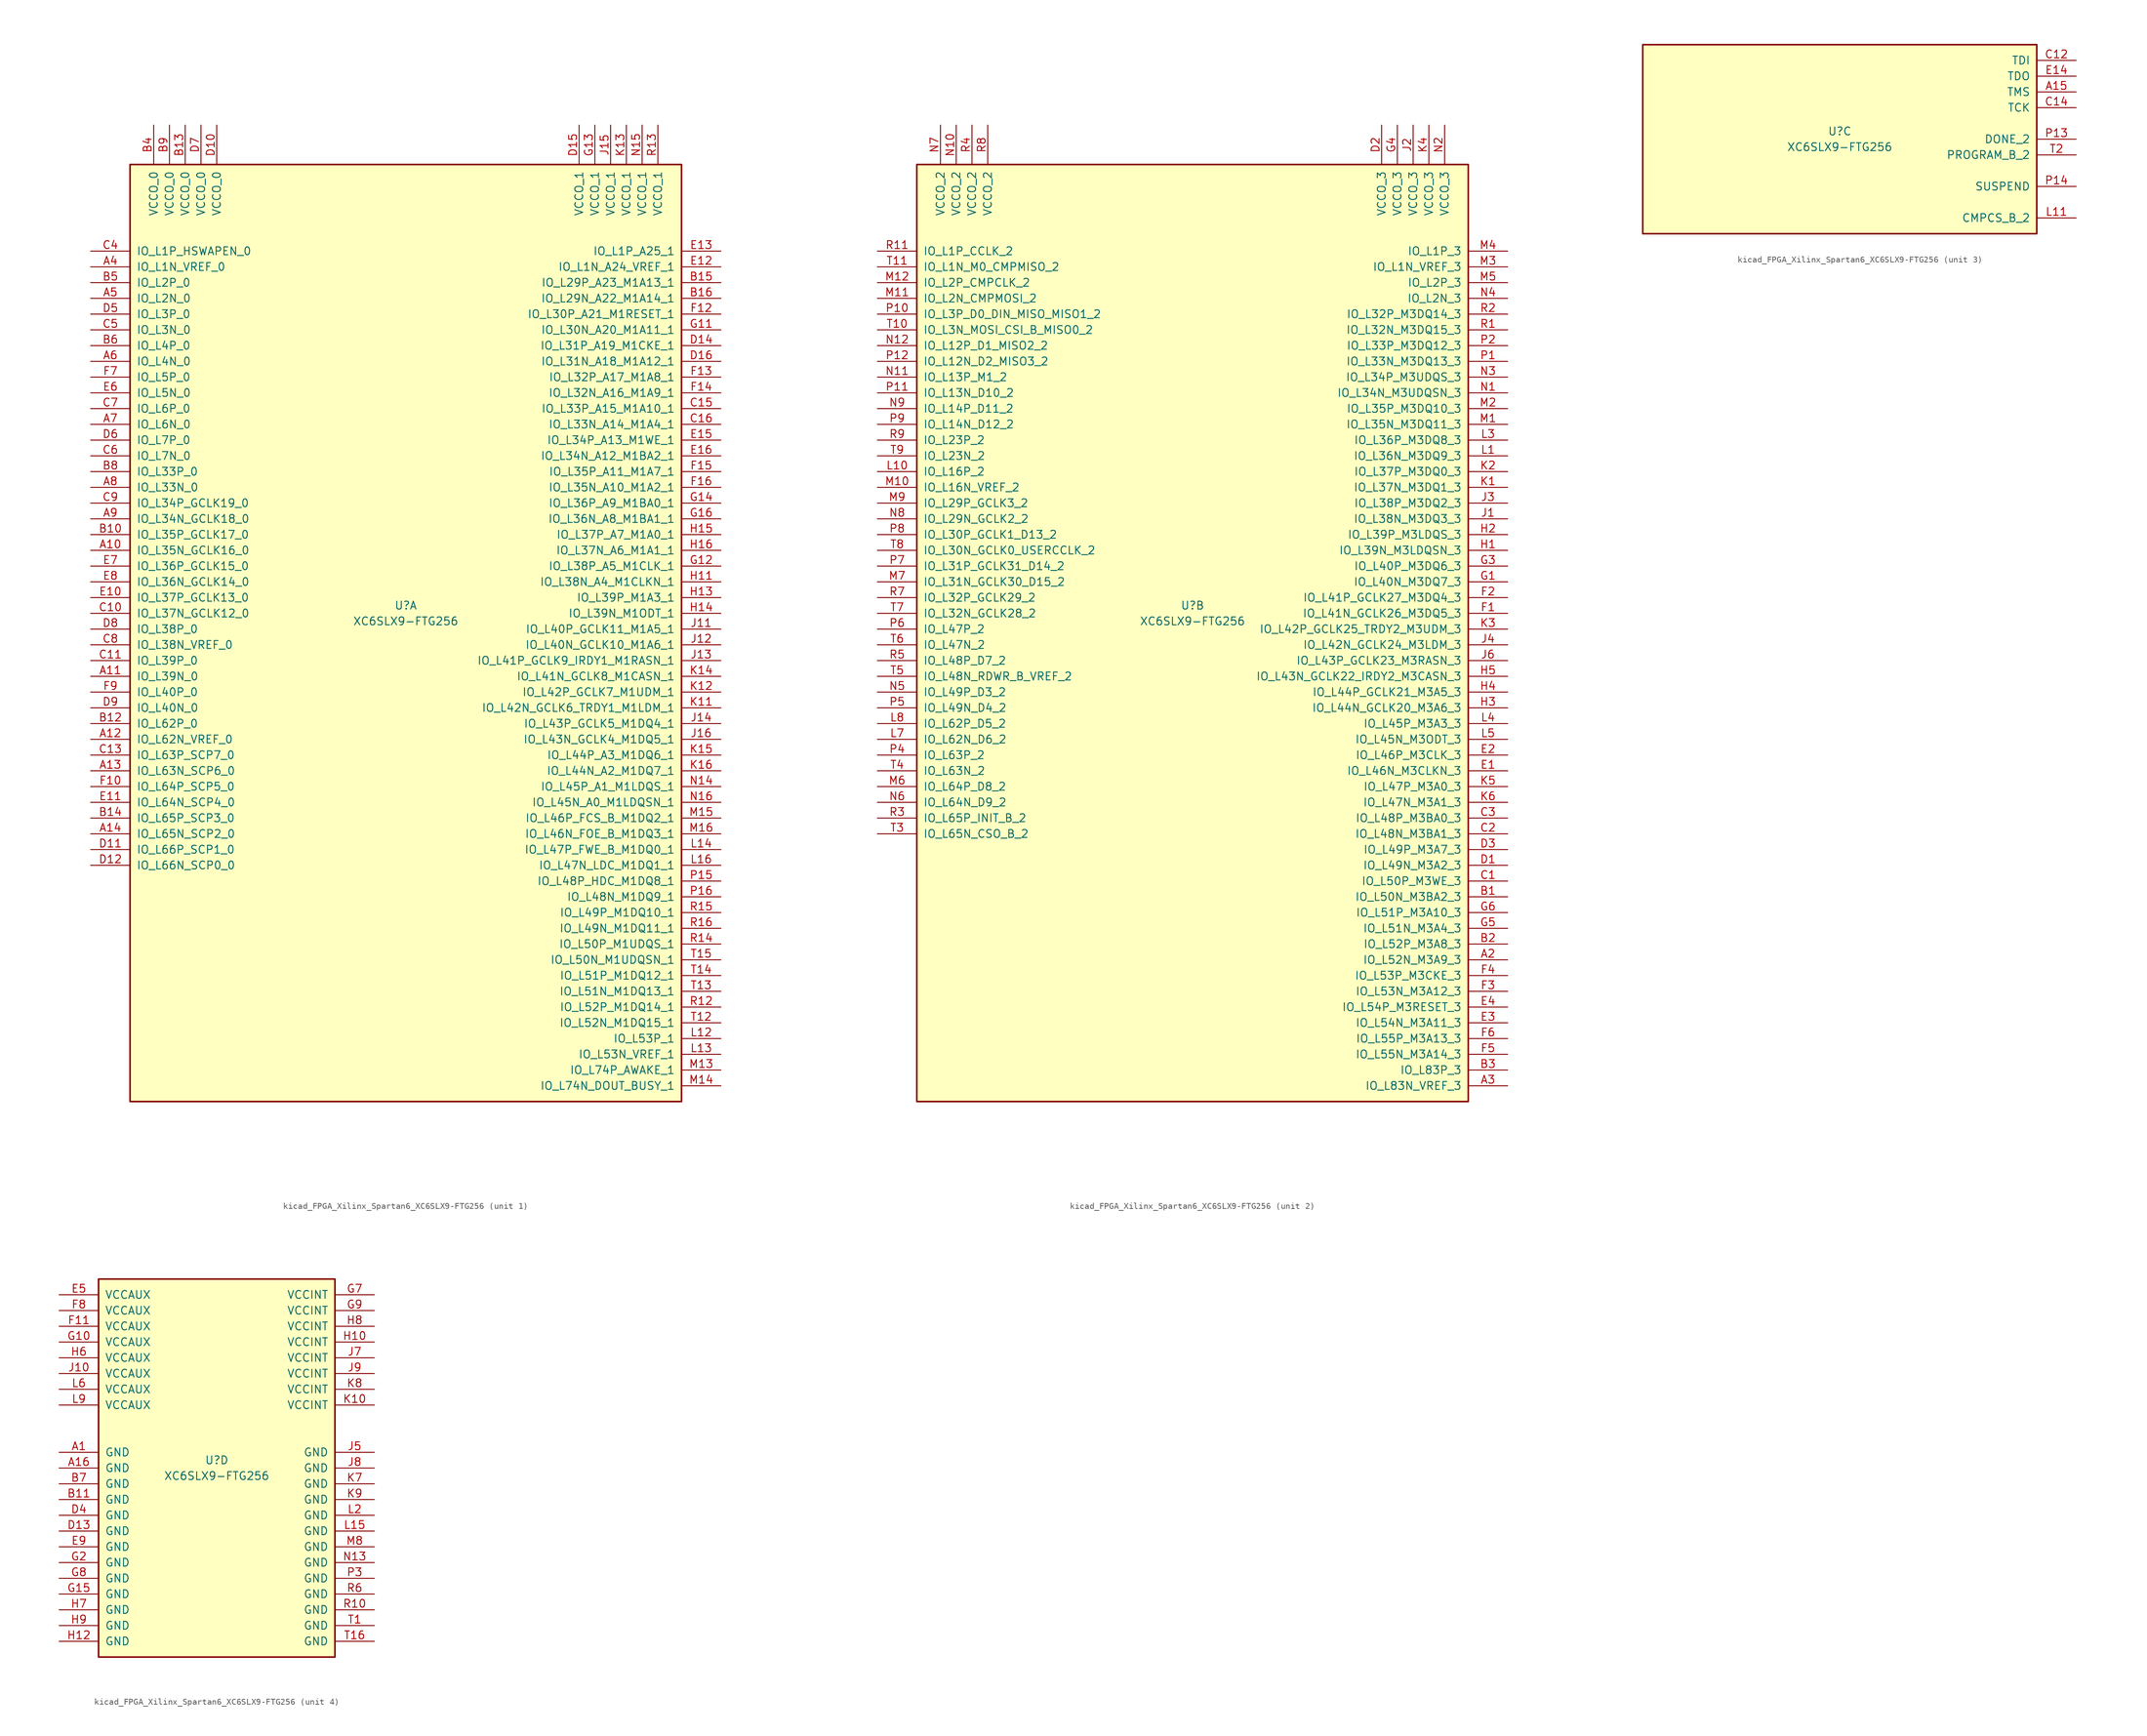
<source format=kicad_sym>
(kicad_symbol_lib
  (version 20220914)
  (generator kicad_symbol_editor)
  (symbol "kicad_FPGA_Xilinx_Spartan6_XC6SLX9-FTG256"
    (pin_names
      (offset 1.016))
    (property "Reference" "U"
      (at 0 1.27 0)
      (effects (font (size 1.27 1.27))))
    (property "Value" "XC6SLX9-FTG256"
      (at 0 -1.27 0)
      (effects (font (size 1.27 1.27))))
    (property "Datasheet" ""
      (at 0 0 0)
      (effects (font (size 1.27 1.27))))
    (property "ki_locked" ""
      (at 0 0 0)
      (effects (font (size 1.27 1.27))))
    (symbol "kicad_FPGA_Xilinx_Spartan6_XC6SLX9-FTG256_1_1"
      (rectangle (start -44.45 72.39) (end 44.45 -78.74) (stroke (width 0.254) (type default)) (fill (type background)))
      (pin bidirectional line (at -50.8 10.16 0) (length 6.35) (name "IO_L35N_GCLK16_0" (effects (font (size 1.27 1.27)))) (number "A10" (effects (font (size 1.27 1.27)))))
      (pin bidirectional line (at -50.8 -10.16 0) (length 6.35) (name "IO_L39N_0" (effects (font (size 1.27 1.27)))) (number "A11" (effects (font (size 1.27 1.27)))))
      (pin bidirectional line (at -50.8 -20.32 0) (length 6.35) (name "IO_L62N_VREF_0" (effects (font (size 1.27 1.27)))) (number "A12" (effects (font (size 1.27 1.27)))))
      (pin bidirectional line (at -50.8 -25.4 0) (length 6.35) (name "IO_L63N_SCP6_0" (effects (font (size 1.27 1.27)))) (number "A13" (effects (font (size 1.27 1.27)))))
      (pin bidirectional line (at -50.8 -35.56 0) (length 6.35) (name "IO_L65N_SCP2_0" (effects (font (size 1.27 1.27)))) (number "A14" (effects (font (size 1.27 1.27)))))
      (pin bidirectional line (at -50.8 55.88 0) (length 6.35) (name "IO_L1N_VREF_0" (effects (font (size 1.27 1.27)))) (number "A4" (effects (font (size 1.27 1.27)))))
      (pin bidirectional line (at -50.8 50.8 0) (length 6.35) (name "IO_L2N_0" (effects (font (size 1.27 1.27)))) (number "A5" (effects (font (size 1.27 1.27)))))
      (pin bidirectional line (at -50.8 40.64 0) (length 6.35) (name "IO_L4N_0" (effects (font (size 1.27 1.27)))) (number "A6" (effects (font (size 1.27 1.27)))))
      (pin bidirectional line (at -50.8 30.48 0) (length 6.35) (name "IO_L6N_0" (effects (font (size 1.27 1.27)))) (number "A7" (effects (font (size 1.27 1.27)))))
      (pin bidirectional line (at -50.8 20.32 0) (length 6.35) (name "IO_L33N_0" (effects (font (size 1.27 1.27)))) (number "A8" (effects (font (size 1.27 1.27)))))
      (pin bidirectional line (at -50.8 15.24 0) (length 6.35) (name "IO_L34N_GCLK18_0" (effects (font (size 1.27 1.27)))) (number "A9" (effects (font (size 1.27 1.27)))))
      (pin bidirectional line (at -50.8 12.7 0) (length 6.35) (name "IO_L35P_GCLK17_0" (effects (font (size 1.27 1.27)))) (number "B10" (effects (font (size 1.27 1.27)))))
      (pin bidirectional line (at -50.8 -17.78 0) (length 6.35) (name "IO_L62P_0" (effects (font (size 1.27 1.27)))) (number "B12" (effects (font (size 1.27 1.27)))))
      (pin power_in line (at -35.56 78.74 270) (length 6.35) (name "VCCO_0" (effects (font (size 1.27 1.27)))) (number "B13" (effects (font (size 1.27 1.27)))))
      (pin bidirectional line (at -50.8 -33.02 0) (length 6.35) (name "IO_L65P_SCP3_0" (effects (font (size 1.27 1.27)))) (number "B14" (effects (font (size 1.27 1.27)))))
      (pin bidirectional line (at 50.8 53.34 180) (length 6.35) (name "IO_L29P_A23_M1A13_1" (effects (font (size 1.27 1.27)))) (number "B15" (effects (font (size 1.27 1.27)))))
      (pin bidirectional line (at 50.8 50.8 180) (length 6.35) (name "IO_L29N_A22_M1A14_1" (effects (font (size 1.27 1.27)))) (number "B16" (effects (font (size 1.27 1.27)))))
      (pin power_in line (at -40.64 78.74 270) (length 6.35) (name "VCCO_0" (effects (font (size 1.27 1.27)))) (number "B4" (effects (font (size 1.27 1.27)))))
      (pin bidirectional line (at -50.8 53.34 0) (length 6.35) (name "IO_L2P_0" (effects (font (size 1.27 1.27)))) (number "B5" (effects (font (size 1.27 1.27)))))
      (pin bidirectional line (at -50.8 43.18 0) (length 6.35) (name "IO_L4P_0" (effects (font (size 1.27 1.27)))) (number "B6" (effects (font (size 1.27 1.27)))))
      (pin bidirectional line (at -50.8 22.86 0) (length 6.35) (name "IO_L33P_0" (effects (font (size 1.27 1.27)))) (number "B8" (effects (font (size 1.27 1.27)))))
      (pin power_in line (at -38.1 78.74 270) (length 6.35) (name "VCCO_0" (effects (font (size 1.27 1.27)))) (number "B9" (effects (font (size 1.27 1.27)))))
      (pin bidirectional line (at -50.8 0 0) (length 6.35) (name "IO_L37N_GCLK12_0" (effects (font (size 1.27 1.27)))) (number "C10" (effects (font (size 1.27 1.27)))))
      (pin bidirectional line (at -50.8 -7.62 0) (length 6.35) (name "IO_L39P_0" (effects (font (size 1.27 1.27)))) (number "C11" (effects (font (size 1.27 1.27)))))
      (pin bidirectional line (at -50.8 -22.86 0) (length 6.35) (name "IO_L63P_SCP7_0" (effects (font (size 1.27 1.27)))) (number "C13" (effects (font (size 1.27 1.27)))))
      (pin bidirectional line (at 50.8 33.02 180) (length 6.35) (name "IO_L33P_A15_M1A10_1" (effects (font (size 1.27 1.27)))) (number "C15" (effects (font (size 1.27 1.27)))))
      (pin bidirectional line (at 50.8 30.48 180) (length 6.35) (name "IO_L33N_A14_M1A4_1" (effects (font (size 1.27 1.27)))) (number "C16" (effects (font (size 1.27 1.27)))))
      (pin bidirectional line (at -50.8 58.42 0) (length 6.35) (name "IO_L1P_HSWAPEN_0" (effects (font (size 1.27 1.27)))) (number "C4" (effects (font (size 1.27 1.27)))))
      (pin bidirectional line (at -50.8 45.72 0) (length 6.35) (name "IO_L3N_0" (effects (font (size 1.27 1.27)))) (number "C5" (effects (font (size 1.27 1.27)))))
      (pin bidirectional line (at -50.8 25.4 0) (length 6.35) (name "IO_L7N_0" (effects (font (size 1.27 1.27)))) (number "C6" (effects (font (size 1.27 1.27)))))
      (pin bidirectional line (at -50.8 33.02 0) (length 6.35) (name "IO_L6P_0" (effects (font (size 1.27 1.27)))) (number "C7" (effects (font (size 1.27 1.27)))))
      (pin bidirectional line (at -50.8 -5.08 0) (length 6.35) (name "IO_L38N_VREF_0" (effects (font (size 1.27 1.27)))) (number "C8" (effects (font (size 1.27 1.27)))))
      (pin bidirectional line (at -50.8 17.78 0) (length 6.35) (name "IO_L34P_GCLK19_0" (effects (font (size 1.27 1.27)))) (number "C9" (effects (font (size 1.27 1.27)))))
      (pin power_in line (at -30.48 78.74 270) (length 6.35) (name "VCCO_0" (effects (font (size 1.27 1.27)))) (number "D10" (effects (font (size 1.27 1.27)))))
      (pin bidirectional line (at -50.8 -38.1 0) (length 6.35) (name "IO_L66P_SCP1_0" (effects (font (size 1.27 1.27)))) (number "D11" (effects (font (size 1.27 1.27)))))
      (pin bidirectional line (at -50.8 -40.64 0) (length 6.35) (name "IO_L66N_SCP0_0" (effects (font (size 1.27 1.27)))) (number "D12" (effects (font (size 1.27 1.27)))))
      (pin bidirectional line (at 50.8 43.18 180) (length 6.35) (name "IO_L31P_A19_M1CKE_1" (effects (font (size 1.27 1.27)))) (number "D14" (effects (font (size 1.27 1.27)))))
      (pin power_in line (at 27.94 78.74 270) (length 6.35) (name "VCCO_1" (effects (font (size 1.27 1.27)))) (number "D15" (effects (font (size 1.27 1.27)))))
      (pin bidirectional line (at 50.8 40.64 180) (length 6.35) (name "IO_L31N_A18_M1A12_1" (effects (font (size 1.27 1.27)))) (number "D16" (effects (font (size 1.27 1.27)))))
      (pin bidirectional line (at -50.8 48.26 0) (length 6.35) (name "IO_L3P_0" (effects (font (size 1.27 1.27)))) (number "D5" (effects (font (size 1.27 1.27)))))
      (pin bidirectional line (at -50.8 27.94 0) (length 6.35) (name "IO_L7P_0" (effects (font (size 1.27 1.27)))) (number "D6" (effects (font (size 1.27 1.27)))))
      (pin power_in line (at -33.02 78.74 270) (length 6.35) (name "VCCO_0" (effects (font (size 1.27 1.27)))) (number "D7" (effects (font (size 1.27 1.27)))))
      (pin bidirectional line (at -50.8 -2.54 0) (length 6.35) (name "IO_L38P_0" (effects (font (size 1.27 1.27)))) (number "D8" (effects (font (size 1.27 1.27)))))
      (pin bidirectional line (at -50.8 -15.24 0) (length 6.35) (name "IO_L40N_0" (effects (font (size 1.27 1.27)))) (number "D9" (effects (font (size 1.27 1.27)))))
      (pin bidirectional line (at -50.8 2.54 0) (length 6.35) (name "IO_L37P_GCLK13_0" (effects (font (size 1.27 1.27)))) (number "E10" (effects (font (size 1.27 1.27)))))
      (pin bidirectional line (at -50.8 -30.48 0) (length 6.35) (name "IO_L64N_SCP4_0" (effects (font (size 1.27 1.27)))) (number "E11" (effects (font (size 1.27 1.27)))))
      (pin bidirectional line (at 50.8 55.88 180) (length 6.35) (name "IO_L1N_A24_VREF_1" (effects (font (size 1.27 1.27)))) (number "E12" (effects (font (size 1.27 1.27)))))
      (pin bidirectional line (at 50.8 58.42 180) (length 6.35) (name "IO_L1P_A25_1" (effects (font (size 1.27 1.27)))) (number "E13" (effects (font (size 1.27 1.27)))))
      (pin bidirectional line (at 50.8 27.94 180) (length 6.35) (name "IO_L34P_A13_M1WE_1" (effects (font (size 1.27 1.27)))) (number "E15" (effects (font (size 1.27 1.27)))))
      (pin bidirectional line (at 50.8 25.4 180) (length 6.35) (name "IO_L34N_A12_M1BA2_1" (effects (font (size 1.27 1.27)))) (number "E16" (effects (font (size 1.27 1.27)))))
      (pin bidirectional line (at -50.8 35.56 0) (length 6.35) (name "IO_L5N_0" (effects (font (size 1.27 1.27)))) (number "E6" (effects (font (size 1.27 1.27)))))
      (pin bidirectional line (at -50.8 7.62 0) (length 6.35) (name "IO_L36P_GCLK15_0" (effects (font (size 1.27 1.27)))) (number "E7" (effects (font (size 1.27 1.27)))))
      (pin bidirectional line (at -50.8 5.08 0) (length 6.35) (name "IO_L36N_GCLK14_0" (effects (font (size 1.27 1.27)))) (number "E8" (effects (font (size 1.27 1.27)))))
      (pin bidirectional line (at -50.8 -27.94 0) (length 6.35) (name "IO_L64P_SCP5_0" (effects (font (size 1.27 1.27)))) (number "F10" (effects (font (size 1.27 1.27)))))
      (pin bidirectional line (at 50.8 48.26 180) (length 6.35) (name "IO_L30P_A21_M1RESET_1" (effects (font (size 1.27 1.27)))) (number "F12" (effects (font (size 1.27 1.27)))))
      (pin bidirectional line (at 50.8 38.1 180) (length 6.35) (name "IO_L32P_A17_M1A8_1" (effects (font (size 1.27 1.27)))) (number "F13" (effects (font (size 1.27 1.27)))))
      (pin bidirectional line (at 50.8 35.56 180) (length 6.35) (name "IO_L32N_A16_M1A9_1" (effects (font (size 1.27 1.27)))) (number "F14" (effects (font (size 1.27 1.27)))))
      (pin bidirectional line (at 50.8 22.86 180) (length 6.35) (name "IO_L35P_A11_M1A7_1" (effects (font (size 1.27 1.27)))) (number "F15" (effects (font (size 1.27 1.27)))))
      (pin bidirectional line (at 50.8 20.32 180) (length 6.35) (name "IO_L35N_A10_M1A2_1" (effects (font (size 1.27 1.27)))) (number "F16" (effects (font (size 1.27 1.27)))))
      (pin bidirectional line (at -50.8 38.1 0) (length 6.35) (name "IO_L5P_0" (effects (font (size 1.27 1.27)))) (number "F7" (effects (font (size 1.27 1.27)))))
      (pin bidirectional line (at -50.8 -12.7 0) (length 6.35) (name "IO_L40P_0" (effects (font (size 1.27 1.27)))) (number "F9" (effects (font (size 1.27 1.27)))))
      (pin bidirectional line (at 50.8 45.72 180) (length 6.35) (name "IO_L30N_A20_M1A11_1" (effects (font (size 1.27 1.27)))) (number "G11" (effects (font (size 1.27 1.27)))))
      (pin bidirectional line (at 50.8 7.62 180) (length 6.35) (name "IO_L38P_A5_M1CLK_1" (effects (font (size 1.27 1.27)))) (number "G12" (effects (font (size 1.27 1.27)))))
      (pin power_in line (at 30.48 78.74 270) (length 6.35) (name "VCCO_1" (effects (font (size 1.27 1.27)))) (number "G13" (effects (font (size 1.27 1.27)))))
      (pin bidirectional line (at 50.8 17.78 180) (length 6.35) (name "IO_L36P_A9_M1BA0_1" (effects (font (size 1.27 1.27)))) (number "G14" (effects (font (size 1.27 1.27)))))
      (pin bidirectional line (at 50.8 15.24 180) (length 6.35) (name "IO_L36N_A8_M1BA1_1" (effects (font (size 1.27 1.27)))) (number "G16" (effects (font (size 1.27 1.27)))))
      (pin bidirectional line (at 50.8 5.08 180) (length 6.35) (name "IO_L38N_A4_M1CLKN_1" (effects (font (size 1.27 1.27)))) (number "H11" (effects (font (size 1.27 1.27)))))
      (pin bidirectional line (at 50.8 2.54 180) (length 6.35) (name "IO_L39P_M1A3_1" (effects (font (size 1.27 1.27)))) (number "H13" (effects (font (size 1.27 1.27)))))
      (pin bidirectional line (at 50.8 0 180) (length 6.35) (name "IO_L39N_M1ODT_1" (effects (font (size 1.27 1.27)))) (number "H14" (effects (font (size 1.27 1.27)))))
      (pin bidirectional line (at 50.8 12.7 180) (length 6.35) (name "IO_L37P_A7_M1A0_1" (effects (font (size 1.27 1.27)))) (number "H15" (effects (font (size 1.27 1.27)))))
      (pin bidirectional line (at 50.8 10.16 180) (length 6.35) (name "IO_L37N_A6_M1A1_1" (effects (font (size 1.27 1.27)))) (number "H16" (effects (font (size 1.27 1.27)))))
      (pin bidirectional line (at 50.8 -2.54 180) (length 6.35) (name "IO_L40P_GCLK11_M1A5_1" (effects (font (size 1.27 1.27)))) (number "J11" (effects (font (size 1.27 1.27)))))
      (pin bidirectional line (at 50.8 -5.08 180) (length 6.35) (name "IO_L40N_GCLK10_M1A6_1" (effects (font (size 1.27 1.27)))) (number "J12" (effects (font (size 1.27 1.27)))))
      (pin bidirectional line (at 50.8 -7.62 180) (length 6.35) (name "IO_L41P_GCLK9_IRDY1_M1RASN_1" (effects (font (size 1.27 1.27)))) (number "J13" (effects (font (size 1.27 1.27)))))
      (pin bidirectional line (at 50.8 -17.78 180) (length 6.35) (name "IO_L43P_GCLK5_M1DQ4_1" (effects (font (size 1.27 1.27)))) (number "J14" (effects (font (size 1.27 1.27)))))
      (pin power_in line (at 33.02 78.74 270) (length 6.35) (name "VCCO_1" (effects (font (size 1.27 1.27)))) (number "J15" (effects (font (size 1.27 1.27)))))
      (pin bidirectional line (at 50.8 -20.32 180) (length 6.35) (name "IO_L43N_GCLK4_M1DQ5_1" (effects (font (size 1.27 1.27)))) (number "J16" (effects (font (size 1.27 1.27)))))
      (pin bidirectional line (at 50.8 -15.24 180) (length 6.35) (name "IO_L42N_GCLK6_TRDY1_M1LDM_1" (effects (font (size 1.27 1.27)))) (number "K11" (effects (font (size 1.27 1.27)))))
      (pin bidirectional line (at 50.8 -12.7 180) (length 6.35) (name "IO_L42P_GCLK7_M1UDM_1" (effects (font (size 1.27 1.27)))) (number "K12" (effects (font (size 1.27 1.27)))))
      (pin power_in line (at 35.56 78.74 270) (length 6.35) (name "VCCO_1" (effects (font (size 1.27 1.27)))) (number "K13" (effects (font (size 1.27 1.27)))))
      (pin bidirectional line (at 50.8 -10.16 180) (length 6.35) (name "IO_L41N_GCLK8_M1CASN_1" (effects (font (size 1.27 1.27)))) (number "K14" (effects (font (size 1.27 1.27)))))
      (pin bidirectional line (at 50.8 -22.86 180) (length 6.35) (name "IO_L44P_A3_M1DQ6_1" (effects (font (size 1.27 1.27)))) (number "K15" (effects (font (size 1.27 1.27)))))
      (pin bidirectional line (at 50.8 -25.4 180) (length 6.35) (name "IO_L44N_A2_M1DQ7_1" (effects (font (size 1.27 1.27)))) (number "K16" (effects (font (size 1.27 1.27)))))
      (pin bidirectional line (at 50.8 -68.58 180) (length 6.35) (name "IO_L53P_1" (effects (font (size 1.27 1.27)))) (number "L12" (effects (font (size 1.27 1.27)))))
      (pin bidirectional line (at 50.8 -71.12 180) (length 6.35) (name "IO_L53N_VREF_1" (effects (font (size 1.27 1.27)))) (number "L13" (effects (font (size 1.27 1.27)))))
      (pin bidirectional line (at 50.8 -38.1 180) (length 6.35) (name "IO_L47P_FWE_B_M1DQ0_1" (effects (font (size 1.27 1.27)))) (number "L14" (effects (font (size 1.27 1.27)))))
      (pin bidirectional line (at 50.8 -40.64 180) (length 6.35) (name "IO_L47N_LDC_M1DQ1_1" (effects (font (size 1.27 1.27)))) (number "L16" (effects (font (size 1.27 1.27)))))
      (pin bidirectional line (at 50.8 -73.66 180) (length 6.35) (name "IO_L74P_AWAKE_1" (effects (font (size 1.27 1.27)))) (number "M13" (effects (font (size 1.27 1.27)))))
      (pin bidirectional line (at 50.8 -76.2 180) (length 6.35) (name "IO_L74N_DOUT_BUSY_1" (effects (font (size 1.27 1.27)))) (number "M14" (effects (font (size 1.27 1.27)))))
      (pin bidirectional line (at 50.8 -33.02 180) (length 6.35) (name "IO_L46P_FCS_B_M1DQ2_1" (effects (font (size 1.27 1.27)))) (number "M15" (effects (font (size 1.27 1.27)))))
      (pin bidirectional line (at 50.8 -35.56 180) (length 6.35) (name "IO_L46N_FOE_B_M1DQ3_1" (effects (font (size 1.27 1.27)))) (number "M16" (effects (font (size 1.27 1.27)))))
      (pin bidirectional line (at 50.8 -27.94 180) (length 6.35) (name "IO_L45P_A1_M1LDQS_1" (effects (font (size 1.27 1.27)))) (number "N14" (effects (font (size 1.27 1.27)))))
      (pin power_in line (at 38.1 78.74 270) (length 6.35) (name "VCCO_1" (effects (font (size 1.27 1.27)))) (number "N15" (effects (font (size 1.27 1.27)))))
      (pin bidirectional line (at 50.8 -30.48 180) (length 6.35) (name "IO_L45N_A0_M1LDQSN_1" (effects (font (size 1.27 1.27)))) (number "N16" (effects (font (size 1.27 1.27)))))
      (pin bidirectional line (at 50.8 -43.18 180) (length 6.35) (name "IO_L48P_HDC_M1DQ8_1" (effects (font (size 1.27 1.27)))) (number "P15" (effects (font (size 1.27 1.27)))))
      (pin bidirectional line (at 50.8 -45.72 180) (length 6.35) (name "IO_L48N_M1DQ9_1" (effects (font (size 1.27 1.27)))) (number "P16" (effects (font (size 1.27 1.27)))))
      (pin bidirectional line (at 50.8 -63.5 180) (length 6.35) (name "IO_L52P_M1DQ14_1" (effects (font (size 1.27 1.27)))) (number "R12" (effects (font (size 1.27 1.27)))))
      (pin power_in line (at 40.64 78.74 270) (length 6.35) (name "VCCO_1" (effects (font (size 1.27 1.27)))) (number "R13" (effects (font (size 1.27 1.27)))))
      (pin bidirectional line (at 50.8 -53.34 180) (length 6.35) (name "IO_L50P_M1UDQS_1" (effects (font (size 1.27 1.27)))) (number "R14" (effects (font (size 1.27 1.27)))))
      (pin bidirectional line (at 50.8 -48.26 180) (length 6.35) (name "IO_L49P_M1DQ10_1" (effects (font (size 1.27 1.27)))) (number "R15" (effects (font (size 1.27 1.27)))))
      (pin bidirectional line (at 50.8 -50.8 180) (length 6.35) (name "IO_L49N_M1DQ11_1" (effects (font (size 1.27 1.27)))) (number "R16" (effects (font (size 1.27 1.27)))))
      (pin bidirectional line (at 50.8 -66.04 180) (length 6.35) (name "IO_L52N_M1DQ15_1" (effects (font (size 1.27 1.27)))) (number "T12" (effects (font (size 1.27 1.27)))))
      (pin bidirectional line (at 50.8 -60.96 180) (length 6.35) (name "IO_L51N_M1DQ13_1" (effects (font (size 1.27 1.27)))) (number "T13" (effects (font (size 1.27 1.27)))))
      (pin bidirectional line (at 50.8 -58.42 180) (length 6.35) (name "IO_L51P_M1DQ12_1" (effects (font (size 1.27 1.27)))) (number "T14" (effects (font (size 1.27 1.27)))))
      (pin bidirectional line (at 50.8 -55.88 180) (length 6.35) (name "IO_L50N_M1UDQSN_1" (effects (font (size 1.27 1.27)))) (number "T15" (effects (font (size 1.27 1.27))))))
    (symbol "kicad_FPGA_Xilinx_Spartan6_XC6SLX9-FTG256_2_1"
      (rectangle (start -44.45 72.39) (end 44.45 -78.74) (stroke (width 0.254) (type default)) (fill (type background)))
      (pin bidirectional line (at 50.8 -55.88 180) (length 6.35) (name "IO_L52N_M3A9_3" (effects (font (size 1.27 1.27)))) (number "A2" (effects (font (size 1.27 1.27)))))
      (pin bidirectional line (at 50.8 -76.2 180) (length 6.35) (name "IO_L83N_VREF_3" (effects (font (size 1.27 1.27)))) (number "A3" (effects (font (size 1.27 1.27)))))
      (pin bidirectional line (at 50.8 -45.72 180) (length 6.35) (name "IO_L50N_M3BA2_3" (effects (font (size 1.27 1.27)))) (number "B1" (effects (font (size 1.27 1.27)))))
      (pin bidirectional line (at 50.8 -53.34 180) (length 6.35) (name "IO_L52P_M3A8_3" (effects (font (size 1.27 1.27)))) (number "B2" (effects (font (size 1.27 1.27)))))
      (pin bidirectional line (at 50.8 -73.66 180) (length 6.35) (name "IO_L83P_3" (effects (font (size 1.27 1.27)))) (number "B3" (effects (font (size 1.27 1.27)))))
      (pin bidirectional line (at 50.8 -43.18 180) (length 6.35) (name "IO_L50P_M3WE_3" (effects (font (size 1.27 1.27)))) (number "C1" (effects (font (size 1.27 1.27)))))
      (pin bidirectional line (at 50.8 -35.56 180) (length 6.35) (name "IO_L48N_M3BA1_3" (effects (font (size 1.27 1.27)))) (number "C2" (effects (font (size 1.27 1.27)))))
      (pin bidirectional line (at 50.8 -33.02 180) (length 6.35) (name "IO_L48P_M3BA0_3" (effects (font (size 1.27 1.27)))) (number "C3" (effects (font (size 1.27 1.27)))))
      (pin bidirectional line (at 50.8 -40.64 180) (length 6.35) (name "IO_L49N_M3A2_3" (effects (font (size 1.27 1.27)))) (number "D1" (effects (font (size 1.27 1.27)))))
      (pin power_in line (at 30.48 78.74 270) (length 6.35) (name "VCCO_3" (effects (font (size 1.27 1.27)))) (number "D2" (effects (font (size 1.27 1.27)))))
      (pin bidirectional line (at 50.8 -38.1 180) (length 6.35) (name "IO_L49P_M3A7_3" (effects (font (size 1.27 1.27)))) (number "D3" (effects (font (size 1.27 1.27)))))
      (pin bidirectional line (at 50.8 -25.4 180) (length 6.35) (name "IO_L46N_M3CLKN_3" (effects (font (size 1.27 1.27)))) (number "E1" (effects (font (size 1.27 1.27)))))
      (pin bidirectional line (at 50.8 -22.86 180) (length 6.35) (name "IO_L46P_M3CLK_3" (effects (font (size 1.27 1.27)))) (number "E2" (effects (font (size 1.27 1.27)))))
      (pin bidirectional line (at 50.8 -66.04 180) (length 6.35) (name "IO_L54N_M3A11_3" (effects (font (size 1.27 1.27)))) (number "E3" (effects (font (size 1.27 1.27)))))
      (pin bidirectional line (at 50.8 -63.5 180) (length 6.35) (name "IO_L54P_M3RESET_3" (effects (font (size 1.27 1.27)))) (number "E4" (effects (font (size 1.27 1.27)))))
      (pin bidirectional line (at 50.8 0 180) (length 6.35) (name "IO_L41N_GCLK26_M3DQ5_3" (effects (font (size 1.27 1.27)))) (number "F1" (effects (font (size 1.27 1.27)))))
      (pin bidirectional line (at 50.8 2.54 180) (length 6.35) (name "IO_L41P_GCLK27_M3DQ4_3" (effects (font (size 1.27 1.27)))) (number "F2" (effects (font (size 1.27 1.27)))))
      (pin bidirectional line (at 50.8 -60.96 180) (length 6.35) (name "IO_L53N_M3A12_3" (effects (font (size 1.27 1.27)))) (number "F3" (effects (font (size 1.27 1.27)))))
      (pin bidirectional line (at 50.8 -58.42 180) (length 6.35) (name "IO_L53P_M3CKE_3" (effects (font (size 1.27 1.27)))) (number "F4" (effects (font (size 1.27 1.27)))))
      (pin bidirectional line (at 50.8 -71.12 180) (length 6.35) (name "IO_L55N_M3A14_3" (effects (font (size 1.27 1.27)))) (number "F5" (effects (font (size 1.27 1.27)))))
      (pin bidirectional line (at 50.8 -68.58 180) (length 6.35) (name "IO_L55P_M3A13_3" (effects (font (size 1.27 1.27)))) (number "F6" (effects (font (size 1.27 1.27)))))
      (pin bidirectional line (at 50.8 5.08 180) (length 6.35) (name "IO_L40N_M3DQ7_3" (effects (font (size 1.27 1.27)))) (number "G1" (effects (font (size 1.27 1.27)))))
      (pin bidirectional line (at 50.8 7.62 180) (length 6.35) (name "IO_L40P_M3DQ6_3" (effects (font (size 1.27 1.27)))) (number "G3" (effects (font (size 1.27 1.27)))))
      (pin power_in line (at 33.02 78.74 270) (length 6.35) (name "VCCO_3" (effects (font (size 1.27 1.27)))) (number "G4" (effects (font (size 1.27 1.27)))))
      (pin bidirectional line (at 50.8 -50.8 180) (length 6.35) (name "IO_L51N_M3A4_3" (effects (font (size 1.27 1.27)))) (number "G5" (effects (font (size 1.27 1.27)))))
      (pin bidirectional line (at 50.8 -48.26 180) (length 6.35) (name "IO_L51P_M3A10_3" (effects (font (size 1.27 1.27)))) (number "G6" (effects (font (size 1.27 1.27)))))
      (pin bidirectional line (at 50.8 10.16 180) (length 6.35) (name "IO_L39N_M3LDQSN_3" (effects (font (size 1.27 1.27)))) (number "H1" (effects (font (size 1.27 1.27)))))
      (pin bidirectional line (at 50.8 12.7 180) (length 6.35) (name "IO_L39P_M3LDQS_3" (effects (font (size 1.27 1.27)))) (number "H2" (effects (font (size 1.27 1.27)))))
      (pin bidirectional line (at 50.8 -15.24 180) (length 6.35) (name "IO_L44N_GCLK20_M3A6_3" (effects (font (size 1.27 1.27)))) (number "H3" (effects (font (size 1.27 1.27)))))
      (pin bidirectional line (at 50.8 -12.7 180) (length 6.35) (name "IO_L44P_GCLK21_M3A5_3" (effects (font (size 1.27 1.27)))) (number "H4" (effects (font (size 1.27 1.27)))))
      (pin bidirectional line (at 50.8 -10.16 180) (length 6.35) (name "IO_L43N_GCLK22_IRDY2_M3CASN_3" (effects (font (size 1.27 1.27)))) (number "H5" (effects (font (size 1.27 1.27)))))
      (pin bidirectional line (at 50.8 15.24 180) (length 6.35) (name "IO_L38N_M3DQ3_3" (effects (font (size 1.27 1.27)))) (number "J1" (effects (font (size 1.27 1.27)))))
      (pin power_in line (at 35.56 78.74 270) (length 6.35) (name "VCCO_3" (effects (font (size 1.27 1.27)))) (number "J2" (effects (font (size 1.27 1.27)))))
      (pin bidirectional line (at 50.8 17.78 180) (length 6.35) (name "IO_L38P_M3DQ2_3" (effects (font (size 1.27 1.27)))) (number "J3" (effects (font (size 1.27 1.27)))))
      (pin bidirectional line (at 50.8 -5.08 180) (length 6.35) (name "IO_L42N_GCLK24_M3LDM_3" (effects (font (size 1.27 1.27)))) (number "J4" (effects (font (size 1.27 1.27)))))
      (pin bidirectional line (at 50.8 -7.62 180) (length 6.35) (name "IO_L43P_GCLK23_M3RASN_3" (effects (font (size 1.27 1.27)))) (number "J6" (effects (font (size 1.27 1.27)))))
      (pin bidirectional line (at 50.8 20.32 180) (length 6.35) (name "IO_L37N_M3DQ1_3" (effects (font (size 1.27 1.27)))) (number "K1" (effects (font (size 1.27 1.27)))))
      (pin bidirectional line (at 50.8 22.86 180) (length 6.35) (name "IO_L37P_M3DQ0_3" (effects (font (size 1.27 1.27)))) (number "K2" (effects (font (size 1.27 1.27)))))
      (pin bidirectional line (at 50.8 -2.54 180) (length 6.35) (name "IO_L42P_GCLK25_TRDY2_M3UDM_3" (effects (font (size 1.27 1.27)))) (number "K3" (effects (font (size 1.27 1.27)))))
      (pin power_in line (at 38.1 78.74 270) (length 6.35) (name "VCCO_3" (effects (font (size 1.27 1.27)))) (number "K4" (effects (font (size 1.27 1.27)))))
      (pin bidirectional line (at 50.8 -27.94 180) (length 6.35) (name "IO_L47P_M3A0_3" (effects (font (size 1.27 1.27)))) (number "K5" (effects (font (size 1.27 1.27)))))
      (pin bidirectional line (at 50.8 -30.48 180) (length 6.35) (name "IO_L47N_M3A1_3" (effects (font (size 1.27 1.27)))) (number "K6" (effects (font (size 1.27 1.27)))))
      (pin bidirectional line (at 50.8 25.4 180) (length 6.35) (name "IO_L36N_M3DQ9_3" (effects (font (size 1.27 1.27)))) (number "L1" (effects (font (size 1.27 1.27)))))
      (pin bidirectional line (at -50.8 22.86 0) (length 6.35) (name "IO_L16P_2" (effects (font (size 1.27 1.27)))) (number "L10" (effects (font (size 1.27 1.27)))))
      (pin bidirectional line (at 50.8 27.94 180) (length 6.35) (name "IO_L36P_M3DQ8_3" (effects (font (size 1.27 1.27)))) (number "L3" (effects (font (size 1.27 1.27)))))
      (pin bidirectional line (at 50.8 -17.78 180) (length 6.35) (name "IO_L45P_M3A3_3" (effects (font (size 1.27 1.27)))) (number "L4" (effects (font (size 1.27 1.27)))))
      (pin bidirectional line (at 50.8 -20.32 180) (length 6.35) (name "IO_L45N_M3ODT_3" (effects (font (size 1.27 1.27)))) (number "L5" (effects (font (size 1.27 1.27)))))
      (pin bidirectional line (at -50.8 -20.32 0) (length 6.35) (name "IO_L62N_D6_2" (effects (font (size 1.27 1.27)))) (number "L7" (effects (font (size 1.27 1.27)))))
      (pin bidirectional line (at -50.8 -17.78 0) (length 6.35) (name "IO_L62P_D5_2" (effects (font (size 1.27 1.27)))) (number "L8" (effects (font (size 1.27 1.27)))))
      (pin bidirectional line (at 50.8 30.48 180) (length 6.35) (name "IO_L35N_M3DQ11_3" (effects (font (size 1.27 1.27)))) (number "M1" (effects (font (size 1.27 1.27)))))
      (pin bidirectional line (at -50.8 20.32 0) (length 6.35) (name "IO_L16N_VREF_2" (effects (font (size 1.27 1.27)))) (number "M10" (effects (font (size 1.27 1.27)))))
      (pin bidirectional line (at -50.8 50.8 0) (length 6.35) (name "IO_L2N_CMPMOSI_2" (effects (font (size 1.27 1.27)))) (number "M11" (effects (font (size 1.27 1.27)))))
      (pin bidirectional line (at -50.8 53.34 0) (length 6.35) (name "IO_L2P_CMPCLK_2" (effects (font (size 1.27 1.27)))) (number "M12" (effects (font (size 1.27 1.27)))))
      (pin bidirectional line (at 50.8 33.02 180) (length 6.35) (name "IO_L35P_M3DQ10_3" (effects (font (size 1.27 1.27)))) (number "M2" (effects (font (size 1.27 1.27)))))
      (pin bidirectional line (at 50.8 55.88 180) (length 6.35) (name "IO_L1N_VREF_3" (effects (font (size 1.27 1.27)))) (number "M3" (effects (font (size 1.27 1.27)))))
      (pin bidirectional line (at 50.8 58.42 180) (length 6.35) (name "IO_L1P_3" (effects (font (size 1.27 1.27)))) (number "M4" (effects (font (size 1.27 1.27)))))
      (pin bidirectional line (at 50.8 53.34 180) (length 6.35) (name "IO_L2P_3" (effects (font (size 1.27 1.27)))) (number "M5" (effects (font (size 1.27 1.27)))))
      (pin bidirectional line (at -50.8 -27.94 0) (length 6.35) (name "IO_L64P_D8_2" (effects (font (size 1.27 1.27)))) (number "M6" (effects (font (size 1.27 1.27)))))
      (pin bidirectional line (at -50.8 5.08 0) (length 6.35) (name "IO_L31N_GCLK30_D15_2" (effects (font (size 1.27 1.27)))) (number "M7" (effects (font (size 1.27 1.27)))))
      (pin bidirectional line (at -50.8 17.78 0) (length 6.35) (name "IO_L29P_GCLK3_2" (effects (font (size 1.27 1.27)))) (number "M9" (effects (font (size 1.27 1.27)))))
      (pin bidirectional line (at 50.8 35.56 180) (length 6.35) (name "IO_L34N_M3UDQSN_3" (effects (font (size 1.27 1.27)))) (number "N1" (effects (font (size 1.27 1.27)))))
      (pin power_in line (at -38.1 78.74 270) (length 6.35) (name "VCCO_2" (effects (font (size 1.27 1.27)))) (number "N10" (effects (font (size 1.27 1.27)))))
      (pin bidirectional line (at -50.8 38.1 0) (length 6.35) (name "IO_L13P_M1_2" (effects (font (size 1.27 1.27)))) (number "N11" (effects (font (size 1.27 1.27)))))
      (pin bidirectional line (at -50.8 43.18 0) (length 6.35) (name "IO_L12P_D1_MISO2_2" (effects (font (size 1.27 1.27)))) (number "N12" (effects (font (size 1.27 1.27)))))
      (pin power_in line (at 40.64 78.74 270) (length 6.35) (name "VCCO_3" (effects (font (size 1.27 1.27)))) (number "N2" (effects (font (size 1.27 1.27)))))
      (pin bidirectional line (at 50.8 38.1 180) (length 6.35) (name "IO_L34P_M3UDQS_3" (effects (font (size 1.27 1.27)))) (number "N3" (effects (font (size 1.27 1.27)))))
      (pin bidirectional line (at 50.8 50.8 180) (length 6.35) (name "IO_L2N_3" (effects (font (size 1.27 1.27)))) (number "N4" (effects (font (size 1.27 1.27)))))
      (pin bidirectional line (at -50.8 -12.7 0) (length 6.35) (name "IO_L49P_D3_2" (effects (font (size 1.27 1.27)))) (number "N5" (effects (font (size 1.27 1.27)))))
      (pin bidirectional line (at -50.8 -30.48 0) (length 6.35) (name "IO_L64N_D9_2" (effects (font (size 1.27 1.27)))) (number "N6" (effects (font (size 1.27 1.27)))))
      (pin power_in line (at -40.64 78.74 270) (length 6.35) (name "VCCO_2" (effects (font (size 1.27 1.27)))) (number "N7" (effects (font (size 1.27 1.27)))))
      (pin bidirectional line (at -50.8 15.24 0) (length 6.35) (name "IO_L29N_GCLK2_2" (effects (font (size 1.27 1.27)))) (number "N8" (effects (font (size 1.27 1.27)))))
      (pin bidirectional line (at -50.8 33.02 0) (length 6.35) (name "IO_L14P_D11_2" (effects (font (size 1.27 1.27)))) (number "N9" (effects (font (size 1.27 1.27)))))
      (pin bidirectional line (at 50.8 40.64 180) (length 6.35) (name "IO_L33N_M3DQ13_3" (effects (font (size 1.27 1.27)))) (number "P1" (effects (font (size 1.27 1.27)))))
      (pin bidirectional line (at -50.8 48.26 0) (length 6.35) (name "IO_L3P_D0_DIN_MISO_MISO1_2" (effects (font (size 1.27 1.27)))) (number "P10" (effects (font (size 1.27 1.27)))))
      (pin bidirectional line (at -50.8 35.56 0) (length 6.35) (name "IO_L13N_D10_2" (effects (font (size 1.27 1.27)))) (number "P11" (effects (font (size 1.27 1.27)))))
      (pin bidirectional line (at -50.8 40.64 0) (length 6.35) (name "IO_L12N_D2_MISO3_2" (effects (font (size 1.27 1.27)))) (number "P12" (effects (font (size 1.27 1.27)))))
      (pin bidirectional line (at 50.8 43.18 180) (length 6.35) (name "IO_L33P_M3DQ12_3" (effects (font (size 1.27 1.27)))) (number "P2" (effects (font (size 1.27 1.27)))))
      (pin bidirectional line (at -50.8 -22.86 0) (length 6.35) (name "IO_L63P_2" (effects (font (size 1.27 1.27)))) (number "P4" (effects (font (size 1.27 1.27)))))
      (pin bidirectional line (at -50.8 -15.24 0) (length 6.35) (name "IO_L49N_D4_2" (effects (font (size 1.27 1.27)))) (number "P5" (effects (font (size 1.27 1.27)))))
      (pin bidirectional line (at -50.8 -2.54 0) (length 6.35) (name "IO_L47P_2" (effects (font (size 1.27 1.27)))) (number "P6" (effects (font (size 1.27 1.27)))))
      (pin bidirectional line (at -50.8 7.62 0) (length 6.35) (name "IO_L31P_GCLK31_D14_2" (effects (font (size 1.27 1.27)))) (number "P7" (effects (font (size 1.27 1.27)))))
      (pin bidirectional line (at -50.8 12.7 0) (length 6.35) (name "IO_L30P_GCLK1_D13_2" (effects (font (size 1.27 1.27)))) (number "P8" (effects (font (size 1.27 1.27)))))
      (pin bidirectional line (at -50.8 30.48 0) (length 6.35) (name "IO_L14N_D12_2" (effects (font (size 1.27 1.27)))) (number "P9" (effects (font (size 1.27 1.27)))))
      (pin bidirectional line (at 50.8 45.72 180) (length 6.35) (name "IO_L32N_M3DQ15_3" (effects (font (size 1.27 1.27)))) (number "R1" (effects (font (size 1.27 1.27)))))
      (pin bidirectional line (at -50.8 58.42 0) (length 6.35) (name "IO_L1P_CCLK_2" (effects (font (size 1.27 1.27)))) (number "R11" (effects (font (size 1.27 1.27)))))
      (pin bidirectional line (at 50.8 48.26 180) (length 6.35) (name "IO_L32P_M3DQ14_3" (effects (font (size 1.27 1.27)))) (number "R2" (effects (font (size 1.27 1.27)))))
      (pin bidirectional line (at -50.8 -33.02 0) (length 6.35) (name "IO_L65P_INIT_B_2" (effects (font (size 1.27 1.27)))) (number "R3" (effects (font (size 1.27 1.27)))))
      (pin power_in line (at -35.56 78.74 270) (length 6.35) (name "VCCO_2" (effects (font (size 1.27 1.27)))) (number "R4" (effects (font (size 1.27 1.27)))))
      (pin bidirectional line (at -50.8 -7.62 0) (length 6.35) (name "IO_L48P_D7_2" (effects (font (size 1.27 1.27)))) (number "R5" (effects (font (size 1.27 1.27)))))
      (pin bidirectional line (at -50.8 2.54 0) (length 6.35) (name "IO_L32P_GCLK29_2" (effects (font (size 1.27 1.27)))) (number "R7" (effects (font (size 1.27 1.27)))))
      (pin power_in line (at -33.02 78.74 270) (length 6.35) (name "VCCO_2" (effects (font (size 1.27 1.27)))) (number "R8" (effects (font (size 1.27 1.27)))))
      (pin bidirectional line (at -50.8 27.94 0) (length 6.35) (name "IO_L23P_2" (effects (font (size 1.27 1.27)))) (number "R9" (effects (font (size 1.27 1.27)))))
      (pin bidirectional line (at -50.8 45.72 0) (length 6.35) (name "IO_L3N_MOSI_CSI_B_MISO0_2" (effects (font (size 1.27 1.27)))) (number "T10" (effects (font (size 1.27 1.27)))))
      (pin bidirectional line (at -50.8 55.88 0) (length 6.35) (name "IO_L1N_M0_CMPMISO_2" (effects (font (size 1.27 1.27)))) (number "T11" (effects (font (size 1.27 1.27)))))
      (pin bidirectional line (at -50.8 -35.56 0) (length 6.35) (name "IO_L65N_CSO_B_2" (effects (font (size 1.27 1.27)))) (number "T3" (effects (font (size 1.27 1.27)))))
      (pin bidirectional line (at -50.8 -25.4 0) (length 6.35) (name "IO_L63N_2" (effects (font (size 1.27 1.27)))) (number "T4" (effects (font (size 1.27 1.27)))))
      (pin bidirectional line (at -50.8 -10.16 0) (length 6.35) (name "IO_L48N_RDWR_B_VREF_2" (effects (font (size 1.27 1.27)))) (number "T5" (effects (font (size 1.27 1.27)))))
      (pin bidirectional line (at -50.8 -5.08 0) (length 6.35) (name "IO_L47N_2" (effects (font (size 1.27 1.27)))) (number "T6" (effects (font (size 1.27 1.27)))))
      (pin bidirectional line (at -50.8 0 0) (length 6.35) (name "IO_L32N_GCLK28_2" (effects (font (size 1.27 1.27)))) (number "T7" (effects (font (size 1.27 1.27)))))
      (pin bidirectional line (at -50.8 10.16 0) (length 6.35) (name "IO_L30N_GCLK0_USERCCLK_2" (effects (font (size 1.27 1.27)))) (number "T8" (effects (font (size 1.27 1.27)))))
      (pin bidirectional line (at -50.8 25.4 0) (length 6.35) (name "IO_L23N_2" (effects (font (size 1.27 1.27)))) (number "T9" (effects (font (size 1.27 1.27))))))
    (symbol "kicad_FPGA_Xilinx_Spartan6_XC6SLX9-FTG256_3_1"
      (rectangle (start -31.75 15.24) (end 31.75 -15.24) (stroke (width 0.254) (type default)) (fill (type background)))
      (pin bidirectional line (at 38.1 7.62 180) (length 6.35) (name "TMS" (effects (font (size 1.27 1.27)))) (number "A15" (effects (font (size 1.27 1.27)))))
      (pin bidirectional line (at 38.1 12.7 180) (length 6.35) (name "TDI" (effects (font (size 1.27 1.27)))) (number "C12" (effects (font (size 1.27 1.27)))))
      (pin bidirectional line (at 38.1 5.08 180) (length 6.35) (name "TCK" (effects (font (size 1.27 1.27)))) (number "C14" (effects (font (size 1.27 1.27)))))
      (pin bidirectional line (at 38.1 10.16 180) (length 6.35) (name "TDO" (effects (font (size 1.27 1.27)))) (number "E14" (effects (font (size 1.27 1.27)))))
      (pin bidirectional line (at 38.1 -12.7 180) (length 6.35) (name "CMPCS_B_2" (effects (font (size 1.27 1.27)))) (number "L11" (effects (font (size 1.27 1.27)))))
      (pin bidirectional line (at 38.1 0 180) (length 6.35) (name "DONE_2" (effects (font (size 1.27 1.27)))) (number "P13" (effects (font (size 1.27 1.27)))))
      (pin bidirectional line (at 38.1 -7.62 180) (length 6.35) (name "SUSPEND" (effects (font (size 1.27 1.27)))) (number "P14" (effects (font (size 1.27 1.27)))))
      (pin bidirectional line (at 38.1 -2.54 180) (length 6.35) (name "PROGRAM_B_2" (effects (font (size 1.27 1.27)))) (number "T2" (effects (font (size 1.27 1.27))))))
    (symbol "kicad_FPGA_Xilinx_Spartan6_XC6SLX9-FTG256_4_1"
      (rectangle (start -19.05 30.48) (end 19.05 -30.48) (stroke (width 0.254) (type default)) (fill (type background)))
      (pin power_in line (at -25.4 2.54 0) (length 6.35) (name "GND" (effects (font (size 1.27 1.27)))) (number "A1" (effects (font (size 1.27 1.27)))))
      (pin power_in line (at -25.4 0 0) (length 6.35) (name "GND" (effects (font (size 1.27 1.27)))) (number "A16" (effects (font (size 1.27 1.27)))))
      (pin power_in line (at -25.4 -5.08 0) (length 6.35) (name "GND" (effects (font (size 1.27 1.27)))) (number "B11" (effects (font (size 1.27 1.27)))))
      (pin power_in line (at -25.4 -2.54 0) (length 6.35) (name "GND" (effects (font (size 1.27 1.27)))) (number "B7" (effects (font (size 1.27 1.27)))))
      (pin power_in line (at -25.4 -10.16 0) (length 6.35) (name "GND" (effects (font (size 1.27 1.27)))) (number "D13" (effects (font (size 1.27 1.27)))))
      (pin power_in line (at -25.4 -7.62 0) (length 6.35) (name "GND" (effects (font (size 1.27 1.27)))) (number "D4" (effects (font (size 1.27 1.27)))))
      (pin power_in line (at -25.4 27.94 0) (length 6.35) (name "VCCAUX" (effects (font (size 1.27 1.27)))) (number "E5" (effects (font (size 1.27 1.27)))))
      (pin power_in line (at -25.4 -12.7 0) (length 6.35) (name "GND" (effects (font (size 1.27 1.27)))) (number "E9" (effects (font (size 1.27 1.27)))))
      (pin power_in line (at -25.4 22.86 0) (length 6.35) (name "VCCAUX" (effects (font (size 1.27 1.27)))) (number "F11" (effects (font (size 1.27 1.27)))))
      (pin power_in line (at -25.4 25.4 0) (length 6.35) (name "VCCAUX" (effects (font (size 1.27 1.27)))) (number "F8" (effects (font (size 1.27 1.27)))))
      (pin power_in line (at -25.4 20.32 0) (length 6.35) (name "VCCAUX" (effects (font (size 1.27 1.27)))) (number "G10" (effects (font (size 1.27 1.27)))))
      (pin power_in line (at -25.4 -20.32 0) (length 6.35) (name "GND" (effects (font (size 1.27 1.27)))) (number "G15" (effects (font (size 1.27 1.27)))))
      (pin power_in line (at -25.4 -15.24 0) (length 6.35) (name "GND" (effects (font (size 1.27 1.27)))) (number "G2" (effects (font (size 1.27 1.27)))))
      (pin power_in line (at 25.4 27.94 180) (length 6.35) (name "VCCINT" (effects (font (size 1.27 1.27)))) (number "G7" (effects (font (size 1.27 1.27)))))
      (pin power_in line (at -25.4 -17.78 0) (length 6.35) (name "GND" (effects (font (size 1.27 1.27)))) (number "G8" (effects (font (size 1.27 1.27)))))
      (pin power_in line (at 25.4 25.4 180) (length 6.35) (name "VCCINT" (effects (font (size 1.27 1.27)))) (number "G9" (effects (font (size 1.27 1.27)))))
      (pin power_in line (at 25.4 20.32 180) (length 6.35) (name "VCCINT" (effects (font (size 1.27 1.27)))) (number "H10" (effects (font (size 1.27 1.27)))))
      (pin power_in line (at -25.4 -27.94 0) (length 6.35) (name "GND" (effects (font (size 1.27 1.27)))) (number "H12" (effects (font (size 1.27 1.27)))))
      (pin power_in line (at -25.4 17.78 0) (length 6.35) (name "VCCAUX" (effects (font (size 1.27 1.27)))) (number "H6" (effects (font (size 1.27 1.27)))))
      (pin power_in line (at -25.4 -22.86 0) (length 6.35) (name "GND" (effects (font (size 1.27 1.27)))) (number "H7" (effects (font (size 1.27 1.27)))))
      (pin power_in line (at 25.4 22.86 180) (length 6.35) (name "VCCINT" (effects (font (size 1.27 1.27)))) (number "H8" (effects (font (size 1.27 1.27)))))
      (pin power_in line (at -25.4 -25.4 0) (length 6.35) (name "GND" (effects (font (size 1.27 1.27)))) (number "H9" (effects (font (size 1.27 1.27)))))
      (pin power_in line (at -25.4 15.24 0) (length 6.35) (name "VCCAUX" (effects (font (size 1.27 1.27)))) (number "J10" (effects (font (size 1.27 1.27)))))
      (pin power_in line (at 25.4 2.54 180) (length 6.35) (name "GND" (effects (font (size 1.27 1.27)))) (number "J5" (effects (font (size 1.27 1.27)))))
      (pin power_in line (at 25.4 17.78 180) (length 6.35) (name "VCCINT" (effects (font (size 1.27 1.27)))) (number "J7" (effects (font (size 1.27 1.27)))))
      (pin power_in line (at 25.4 0 180) (length 6.35) (name "GND" (effects (font (size 1.27 1.27)))) (number "J8" (effects (font (size 1.27 1.27)))))
      (pin power_in line (at 25.4 15.24 180) (length 6.35) (name "VCCINT" (effects (font (size 1.27 1.27)))) (number "J9" (effects (font (size 1.27 1.27)))))
      (pin power_in line (at 25.4 10.16 180) (length 6.35) (name "VCCINT" (effects (font (size 1.27 1.27)))) (number "K10" (effects (font (size 1.27 1.27)))))
      (pin power_in line (at 25.4 -2.54 180) (length 6.35) (name "GND" (effects (font (size 1.27 1.27)))) (number "K7" (effects (font (size 1.27 1.27)))))
      (pin power_in line (at 25.4 12.7 180) (length 6.35) (name "VCCINT" (effects (font (size 1.27 1.27)))) (number "K8" (effects (font (size 1.27 1.27)))))
      (pin power_in line (at 25.4 -5.08 180) (length 6.35) (name "GND" (effects (font (size 1.27 1.27)))) (number "K9" (effects (font (size 1.27 1.27)))))
      (pin power_in line (at 25.4 -10.16 180) (length 6.35) (name "GND" (effects (font (size 1.27 1.27)))) (number "L15" (effects (font (size 1.27 1.27)))))
      (pin power_in line (at 25.4 -7.62 180) (length 6.35) (name "GND" (effects (font (size 1.27 1.27)))) (number "L2" (effects (font (size 1.27 1.27)))))
      (pin power_in line (at -25.4 12.7 0) (length 6.35) (name "VCCAUX" (effects (font (size 1.27 1.27)))) (number "L6" (effects (font (size 1.27 1.27)))))
      (pin power_in line (at -25.4 10.16 0) (length 6.35) (name "VCCAUX" (effects (font (size 1.27 1.27)))) (number "L9" (effects (font (size 1.27 1.27)))))
      (pin power_in line (at 25.4 -12.7 180) (length 6.35) (name "GND" (effects (font (size 1.27 1.27)))) (number "M8" (effects (font (size 1.27 1.27)))))
      (pin power_in line (at 25.4 -15.24 180) (length 6.35) (name "GND" (effects (font (size 1.27 1.27)))) (number "N13" (effects (font (size 1.27 1.27)))))
      (pin power_in line (at 25.4 -17.78 180) (length 6.35) (name "GND" (effects (font (size 1.27 1.27)))) (number "P3" (effects (font (size 1.27 1.27)))))
      (pin power_in line (at 25.4 -22.86 180) (length 6.35) (name "GND" (effects (font (size 1.27 1.27)))) (number "R10" (effects (font (size 1.27 1.27)))))
      (pin power_in line (at 25.4 -20.32 180) (length 6.35) (name "GND" (effects (font (size 1.27 1.27)))) (number "R6" (effects (font (size 1.27 1.27)))))
      (pin power_in line (at 25.4 -25.4 180) (length 6.35) (name "GND" (effects (font (size 1.27 1.27)))) (number "T1" (effects (font (size 1.27 1.27)))))
      (pin power_in line (at 25.4 -27.94 180) (length 6.35) (name "GND" (effects (font (size 1.27 1.27)))) (number "T16" (effects (font (size 1.27 1.27))))))))
</source>
